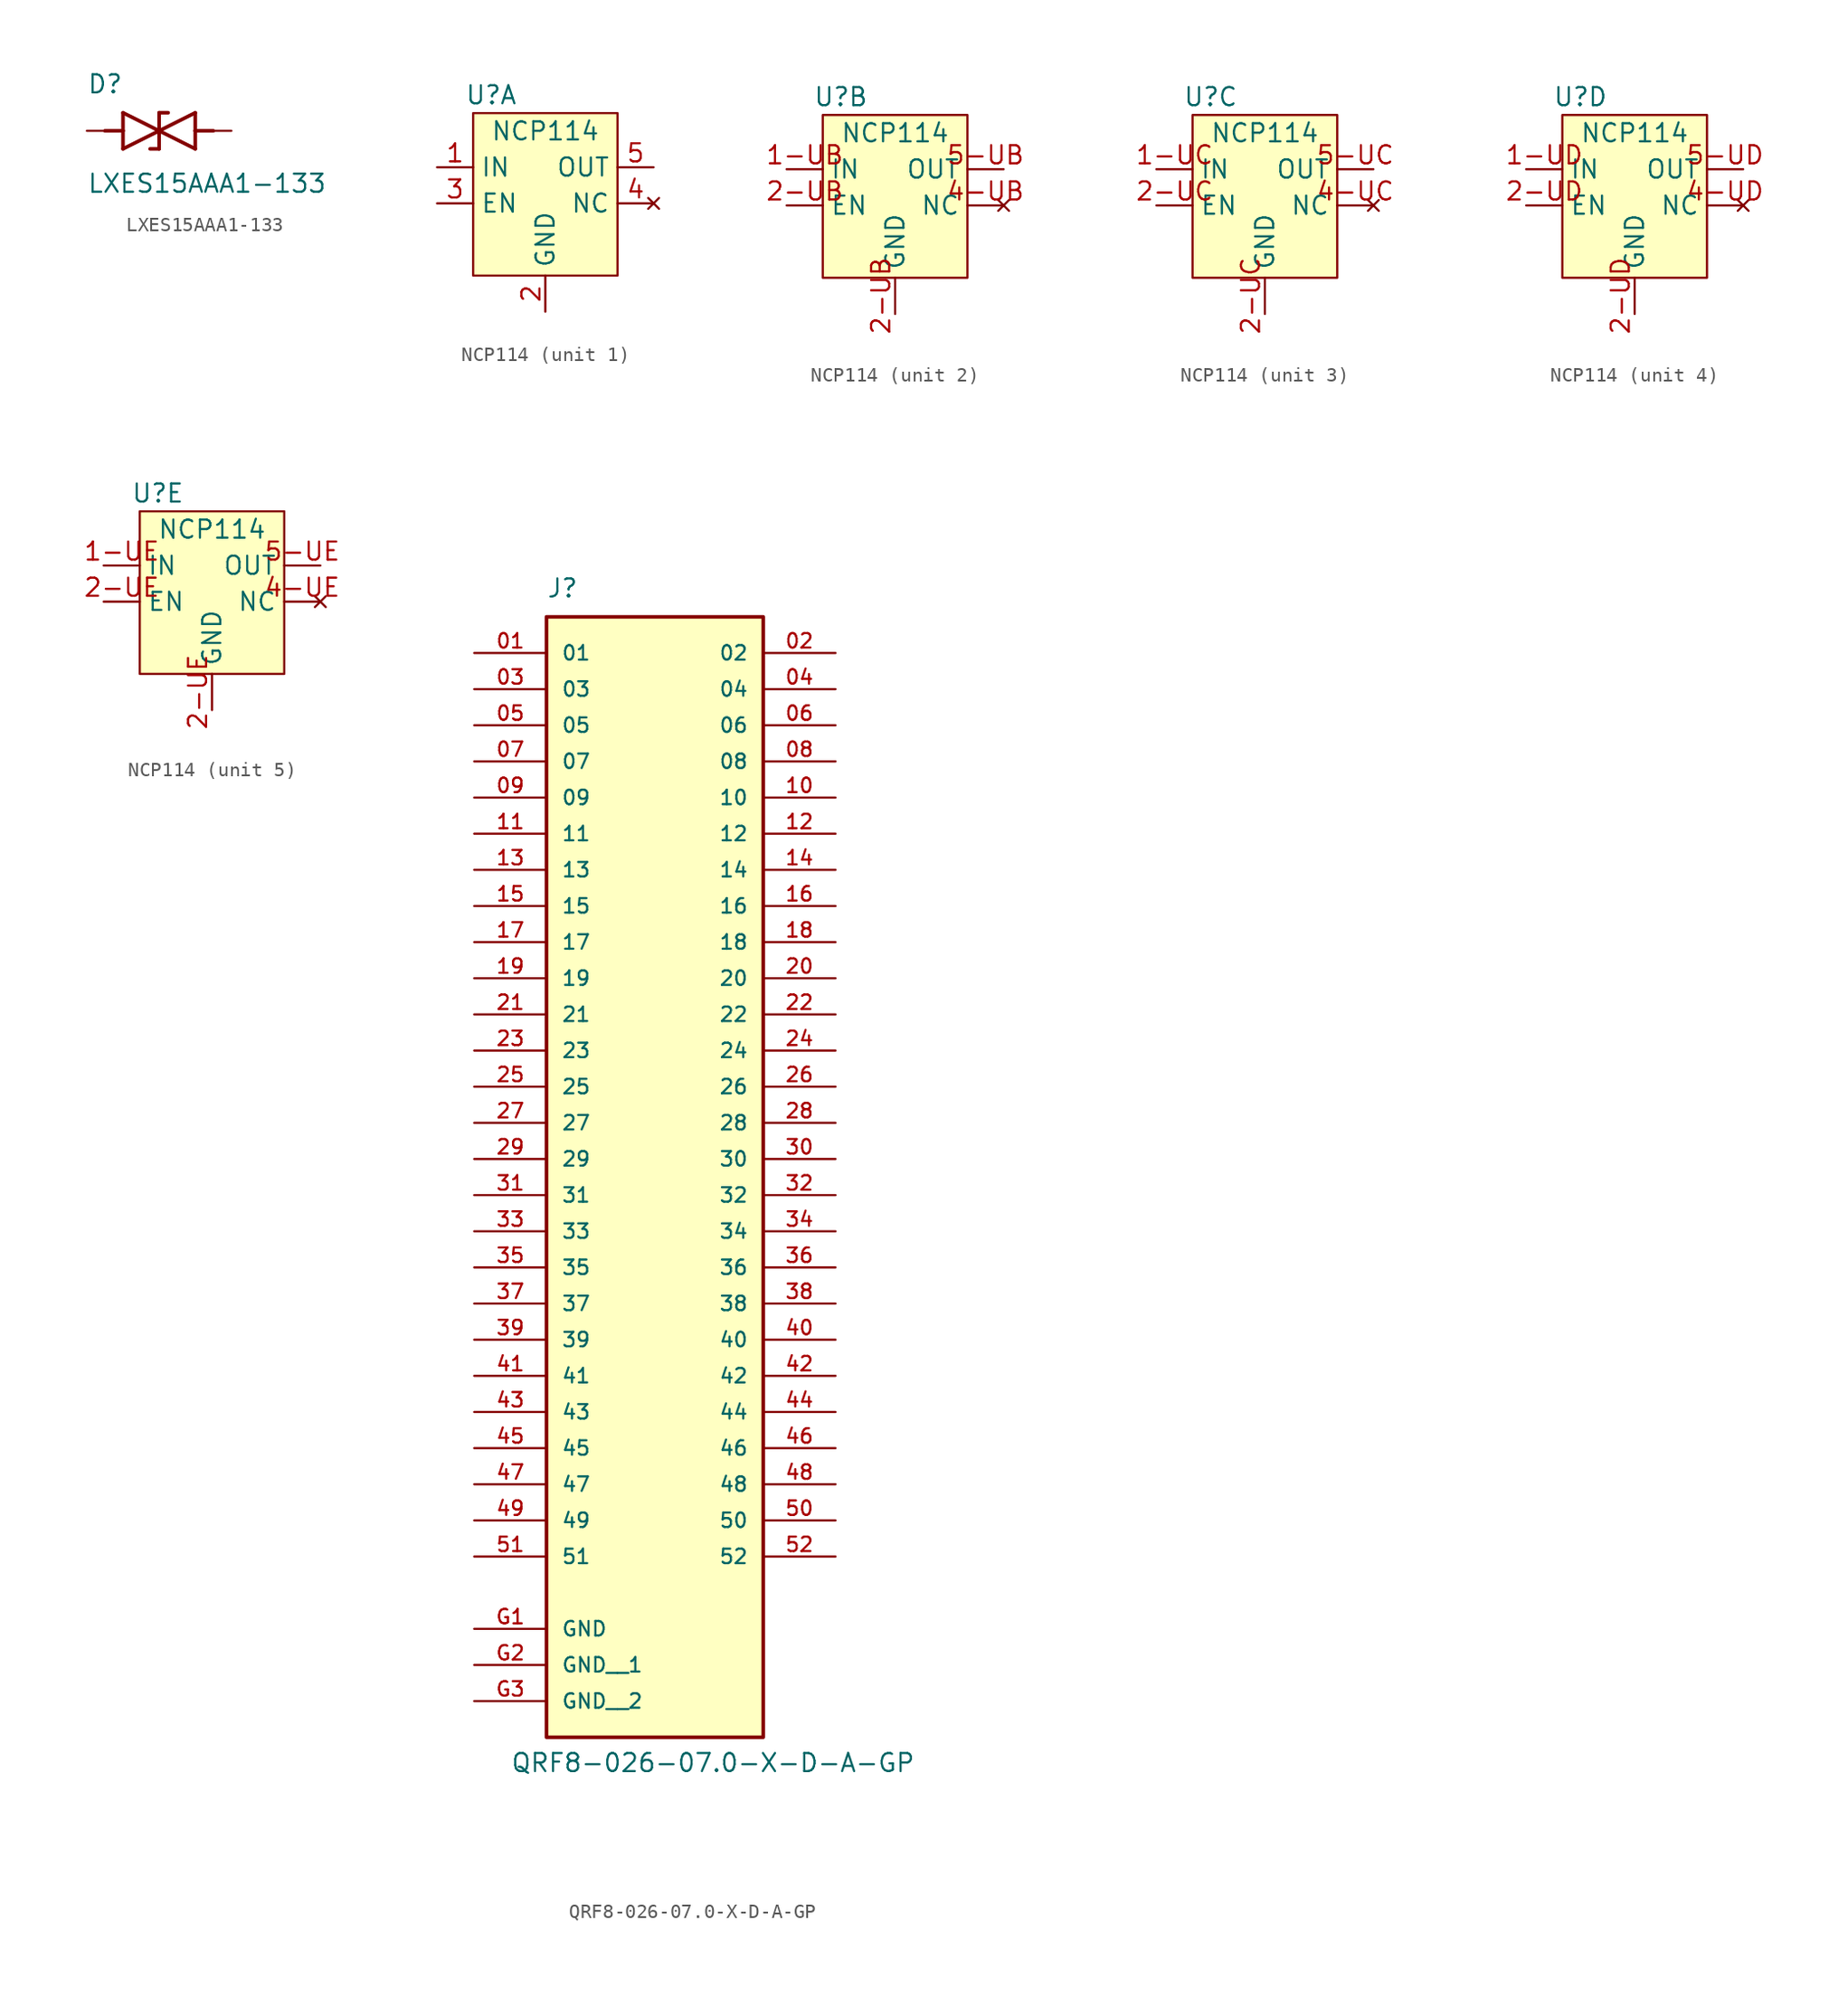
<source format=kicad_sym>
(kicad_symbol_lib
  (version 20211014)
  (generator kicad_symbol_editor)
  (symbol "LXES15AAA1-133"
    (pin_numbers hide)
    (pin_names
      (offset 1.016) hide)
    (property "Reference" "D"
      (at -5.08 2.54 0)
      (effects (font (size 1.27 1.27)) (justify left bottom)))
    (property "Value" "LXES15AAA1-133"
      (at -5.08 -4.445 0)
      (effects (font (size 1.27 1.27)) (justify left bottom)))
    (property "ki_locked" ""
      (at 0 0 0)
      (effects (font (size 1.27 1.27))))
    (symbol "LXES15AAA1-133_0_0"
      (polyline (pts (xy -3.81 0) (xy -2.54 0)) (stroke (width 0.254) (type default) (color 0 0 0 0)) (fill (type none)))
      (polyline (pts (xy -2.54 -1.27) (xy 0 0)) (stroke (width 0.254) (type default) (color 0 0 0 0)) (fill (type none)))
      (polyline (pts (xy -2.54 0) (xy -2.54 -1.27)) (stroke (width 0.254) (type default) (color 0 0 0 0)) (fill (type none)))
      (polyline (pts (xy -2.54 1.27) (xy -2.54 0)) (stroke (width 0.254) (type default) (color 0 0 0 0)) (fill (type none)))
      (polyline (pts (xy 0 -1.27) (xy -0.635 -1.27)) (stroke (width 0.254) (type default) (color 0 0 0 0)) (fill (type none)))
      (polyline (pts (xy 0 0) (xy -2.54 1.27)) (stroke (width 0.254) (type default) (color 0 0 0 0)) (fill (type none)))
      (polyline (pts (xy 0 0) (xy 0 -1.27)) (stroke (width 0.254) (type default) (color 0 0 0 0)) (fill (type none)))
      (polyline (pts (xy 0 0) (xy 2.54 -1.27)) (stroke (width 0.254) (type default) (color 0 0 0 0)) (fill (type none)))
      (polyline (pts (xy 0 1.27) (xy 0 0)) (stroke (width 0.254) (type default) (color 0 0 0 0)) (fill (type none)))
      (polyline (pts (xy 0 1.27) (xy 0.635 1.27)) (stroke (width 0.254) (type default) (color 0 0 0 0)) (fill (type none)))
      (polyline (pts (xy 2.54 -1.27) (xy 2.54 0)) (stroke (width 0.254) (type default) (color 0 0 0 0)) (fill (type none)))
      (polyline (pts (xy 2.54 0) (xy 2.54 1.27)) (stroke (width 0.254) (type default) (color 0 0 0 0)) (fill (type none)))
      (polyline (pts (xy 2.54 1.27) (xy 0 0)) (stroke (width 0.254) (type default) (color 0 0 0 0)) (fill (type none)))
      (polyline (pts (xy 3.81 0) (xy 2.54 0)) (stroke (width 0.254) (type default) (color 0 0 0 0)) (fill (type none)))
      (pin passive line (at -5.08 0 0) (length 2.54) (name "~" (effects (font (size 1.016 1.016)))) (number "1" (effects (font (size 1.016 1.016)))))
      (pin passive line (at 5.08 0 180) (length 2.54) (name "~" (effects (font (size 1.016 1.016)))) (number "2" (effects (font (size 1.016 1.016)))))))
  (symbol "NCP114"
    (property "Reference" "U"
      (at -2.54 1.27 0)
      (effects (font (size 1.27 1.27))))
    (property "Value" "NCP114"
      (at 1.27 -1.27 0)
      (effects (font (size 1.27 1.27))))
    (symbol "NCP114_0_1"
      (rectangle (start -3.81 0) (end 6.35 -11.43) (stroke (width 0.152) (type default) (color 0 0 0 0)) (fill (type background))))
    (symbol "NCP114_1_1"
      (pin power_in line (at -6.35 -3.81 0) (length 2.54) (name "IN" (effects (font (size 1.27 1.27)))) (number "1" (effects (font (size 1.27 1.27)))))
      (pin output line (at 1.27 -13.97 90) (length 2.54) (name "GND" (effects (font (size 1.27 1.27)))) (number "2" (effects (font (size 1.27 1.27)))))
      (pin input line (at -6.35 -6.35 0) (length 2.54) (name "EN" (effects (font (size 1.27 1.27)))) (number "3" (effects (font (size 1.27 1.27)))))
      (pin no_connect line (at 8.89 -6.35 180) (length 2.54) (name "NC" (effects (font (size 1.27 1.27)))) (number "4" (effects (font (size 1.27 1.27)))))
      (pin power_out line (at 8.89 -3.81 180) (length 2.54) (name "OUT" (effects (font (size 1.27 1.27)))) (number "5" (effects (font (size 1.27 1.27))))))
    (symbol "NCP114_2_1"
      (pin power_in line (at -6.35 -3.81 0) (length 2.54) (name "IN" (effects (font (size 1.27 1.27)))) (number "1-UB" (effects (font (size 1.27 1.27)))))
      (pin input line (at -6.35 -6.35 0) (length 2.54) (name "EN" (effects (font (size 1.27 1.27)))) (number "2-UB" (effects (font (size 1.27 1.27)))))
      (pin output line (at 1.27 -13.97 90) (length 2.54) (name "GND" (effects (font (size 1.27 1.27)))) (number "2-UB" (effects (font (size 1.27 1.27)))))
      (pin no_connect line (at 8.89 -6.35 180) (length 2.54) (name "NC" (effects (font (size 1.27 1.27)))) (number "4-UB" (effects (font (size 1.27 1.27)))))
      (pin power_out line (at 8.89 -3.81 180) (length 2.54) (name "OUT" (effects (font (size 1.27 1.27)))) (number "5-UB" (effects (font (size 1.27 1.27))))))
    (symbol "NCP114_3_1"
      (pin power_in line (at -6.35 -3.81 0) (length 2.54) (name "IN" (effects (font (size 1.27 1.27)))) (number "1-UC" (effects (font (size 1.27 1.27)))))
      (pin input line (at -6.35 -6.35 0) (length 2.54) (name "EN" (effects (font (size 1.27 1.27)))) (number "2-UC" (effects (font (size 1.27 1.27)))))
      (pin output line (at 1.27 -13.97 90) (length 2.54) (name "GND" (effects (font (size 1.27 1.27)))) (number "2-UC" (effects (font (size 1.27 1.27)))))
      (pin no_connect line (at 8.89 -6.35 180) (length 2.54) (name "NC" (effects (font (size 1.27 1.27)))) (number "4-UC" (effects (font (size 1.27 1.27)))))
      (pin power_out line (at 8.89 -3.81 180) (length 2.54) (name "OUT" (effects (font (size 1.27 1.27)))) (number "5-UC" (effects (font (size 1.27 1.27))))))
    (symbol "NCP114_4_1"
      (pin power_in line (at -6.35 -3.81 0) (length 2.54) (name "IN" (effects (font (size 1.27 1.27)))) (number "1-UD" (effects (font (size 1.27 1.27)))))
      (pin input line (at -6.35 -6.35 0) (length 2.54) (name "EN" (effects (font (size 1.27 1.27)))) (number "2-UD" (effects (font (size 1.27 1.27)))))
      (pin output line (at 1.27 -13.97 90) (length 2.54) (name "GND" (effects (font (size 1.27 1.27)))) (number "2-UD" (effects (font (size 1.27 1.27)))))
      (pin no_connect line (at 8.89 -6.35 180) (length 2.54) (name "NC" (effects (font (size 1.27 1.27)))) (number "4-UD" (effects (font (size 1.27 1.27)))))
      (pin power_out line (at 8.89 -3.81 180) (length 2.54) (name "OUT" (effects (font (size 1.27 1.27)))) (number "5-UD" (effects (font (size 1.27 1.27))))))
    (symbol "NCP114_5_1"
      (pin power_in line (at -6.35 -3.81 0) (length 2.54) (name "IN" (effects (font (size 1.27 1.27)))) (number "1-UE" (effects (font (size 1.27 1.27)))))
      (pin input line (at -6.35 -6.35 0) (length 2.54) (name "EN" (effects (font (size 1.27 1.27)))) (number "2-UE" (effects (font (size 1.27 1.27)))))
      (pin output line (at 1.27 -13.97 90) (length 2.54) (name "GND" (effects (font (size 1.27 1.27)))) (number "2-UE" (effects (font (size 1.27 1.27)))))
      (pin no_connect line (at 8.89 -6.35 180) (length 2.54) (name "NC" (effects (font (size 1.27 1.27)))) (number "4-UE" (effects (font (size 1.27 1.27)))))
      (pin power_out line (at 8.89 -3.81 180) (length 2.54) (name "OUT" (effects (font (size 1.27 1.27)))) (number "5-UE" (effects (font (size 1.27 1.27)))))))
  (symbol "QRF8-026-07.0-X-D-A-GP"
    (pin_names
      (offset 1.016))
    (property "Reference" "J"
      (at -7.62 36.83 0)
      (effects (font (size 1.27 1.27)) (justify left bottom)))
    (property "Value" "QRF8-026-07.0-X-D-A-GP"
      (at -10.16 -45.72 0)
      (effects (font (size 1.27 1.27)) (justify left bottom)))
    (property "ki_locked" ""
      (at 0 0 0)
      (effects (font (size 1.27 1.27))))
    (symbol "QRF8-026-07.0-X-D-A-GP_0_0"
      (rectangle (start -7.62 -43.18) (end 7.62 35.56) (stroke (width 0.254) (type default) (color 0 0 0 0)) (fill (type background)))
      (pin passive line (at -12.7 33.02 0) (length 5.08) (name "01" (effects (font (size 1.016 1.016)))) (number "01" (effects (font (size 1.016 1.016)))))
      (pin passive line (at 12.7 33.02 180) (length 5.08) (name "02" (effects (font (size 1.016 1.016)))) (number "02" (effects (font (size 1.016 1.016)))))
      (pin passive line (at -12.7 30.48 0) (length 5.08) (name "03" (effects (font (size 1.016 1.016)))) (number "03" (effects (font (size 1.016 1.016)))))
      (pin passive line (at 12.7 30.48 180) (length 5.08) (name "04" (effects (font (size 1.016 1.016)))) (number "04" (effects (font (size 1.016 1.016)))))
      (pin passive line (at -12.7 27.94 0) (length 5.08) (name "05" (effects (font (size 1.016 1.016)))) (number "05" (effects (font (size 1.016 1.016)))))
      (pin passive line (at 12.7 27.94 180) (length 5.08) (name "06" (effects (font (size 1.016 1.016)))) (number "06" (effects (font (size 1.016 1.016)))))
      (pin passive line (at -12.7 25.4 0) (length 5.08) (name "07" (effects (font (size 1.016 1.016)))) (number "07" (effects (font (size 1.016 1.016)))))
      (pin passive line (at 12.7 25.4 180) (length 5.08) (name "08" (effects (font (size 1.016 1.016)))) (number "08" (effects (font (size 1.016 1.016)))))
      (pin passive line (at -12.7 22.86 0) (length 5.08) (name "09" (effects (font (size 1.016 1.016)))) (number "09" (effects (font (size 1.016 1.016)))))
      (pin passive line (at 12.7 22.86 180) (length 5.08) (name "10" (effects (font (size 1.016 1.016)))) (number "10" (effects (font (size 1.016 1.016)))))
      (pin passive line (at -12.7 20.32 0) (length 5.08) (name "11" (effects (font (size 1.016 1.016)))) (number "11" (effects (font (size 1.016 1.016)))))
      (pin passive line (at 12.7 20.32 180) (length 5.08) (name "12" (effects (font (size 1.016 1.016)))) (number "12" (effects (font (size 1.016 1.016)))))
      (pin passive line (at -12.7 17.78 0) (length 5.08) (name "13" (effects (font (size 1.016 1.016)))) (number "13" (effects (font (size 1.016 1.016)))))
      (pin passive line (at 12.7 17.78 180) (length 5.08) (name "14" (effects (font (size 1.016 1.016)))) (number "14" (effects (font (size 1.016 1.016)))))
      (pin passive line (at -12.7 15.24 0) (length 5.08) (name "15" (effects (font (size 1.016 1.016)))) (number "15" (effects (font (size 1.016 1.016)))))
      (pin passive line (at 12.7 15.24 180) (length 5.08) (name "16" (effects (font (size 1.016 1.016)))) (number "16" (effects (font (size 1.016 1.016)))))
      (pin passive line (at -12.7 12.7 0) (length 5.08) (name "17" (effects (font (size 1.016 1.016)))) (number "17" (effects (font (size 1.016 1.016)))))
      (pin passive line (at 12.7 12.7 180) (length 5.08) (name "18" (effects (font (size 1.016 1.016)))) (number "18" (effects (font (size 1.016 1.016)))))
      (pin passive line (at -12.7 10.16 0) (length 5.08) (name "19" (effects (font (size 1.016 1.016)))) (number "19" (effects (font (size 1.016 1.016)))))
      (pin passive line (at 12.7 10.16 180) (length 5.08) (name "20" (effects (font (size 1.016 1.016)))) (number "20" (effects (font (size 1.016 1.016)))))
      (pin passive line (at -12.7 7.62 0) (length 5.08) (name "21" (effects (font (size 1.016 1.016)))) (number "21" (effects (font (size 1.016 1.016)))))
      (pin passive line (at 12.7 7.62 180) (length 5.08) (name "22" (effects (font (size 1.016 1.016)))) (number "22" (effects (font (size 1.016 1.016)))))
      (pin passive line (at -12.7 5.08 0) (length 5.08) (name "23" (effects (font (size 1.016 1.016)))) (number "23" (effects (font (size 1.016 1.016)))))
      (pin passive line (at 12.7 5.08 180) (length 5.08) (name "24" (effects (font (size 1.016 1.016)))) (number "24" (effects (font (size 1.016 1.016)))))
      (pin passive line (at -12.7 2.54 0) (length 5.08) (name "25" (effects (font (size 1.016 1.016)))) (number "25" (effects (font (size 1.016 1.016)))))
      (pin passive line (at 12.7 2.54 180) (length 5.08) (name "26" (effects (font (size 1.016 1.016)))) (number "26" (effects (font (size 1.016 1.016)))))
      (pin passive line (at -12.7 0 0) (length 5.08) (name "27" (effects (font (size 1.016 1.016)))) (number "27" (effects (font (size 1.016 1.016)))))
      (pin passive line (at 12.7 0 180) (length 5.08) (name "28" (effects (font (size 1.016 1.016)))) (number "28" (effects (font (size 1.016 1.016)))))
      (pin passive line (at -12.7 -2.54 0) (length 5.08) (name "29" (effects (font (size 1.016 1.016)))) (number "29" (effects (font (size 1.016 1.016)))))
      (pin passive line (at 12.7 -2.54 180) (length 5.08) (name "30" (effects (font (size 1.016 1.016)))) (number "30" (effects (font (size 1.016 1.016)))))
      (pin passive line (at -12.7 -5.08 0) (length 5.08) (name "31" (effects (font (size 1.016 1.016)))) (number "31" (effects (font (size 1.016 1.016)))))
      (pin passive line (at 12.7 -5.08 180) (length 5.08) (name "32" (effects (font (size 1.016 1.016)))) (number "32" (effects (font (size 1.016 1.016)))))
      (pin passive line (at -12.7 -7.62 0) (length 5.08) (name "33" (effects (font (size 1.016 1.016)))) (number "33" (effects (font (size 1.016 1.016)))))
      (pin passive line (at 12.7 -7.62 180) (length 5.08) (name "34" (effects (font (size 1.016 1.016)))) (number "34" (effects (font (size 1.016 1.016)))))
      (pin passive line (at -12.7 -10.16 0) (length 5.08) (name "35" (effects (font (size 1.016 1.016)))) (number "35" (effects (font (size 1.016 1.016)))))
      (pin passive line (at 12.7 -10.16 180) (length 5.08) (name "36" (effects (font (size 1.016 1.016)))) (number "36" (effects (font (size 1.016 1.016)))))
      (pin passive line (at -12.7 -12.7 0) (length 5.08) (name "37" (effects (font (size 1.016 1.016)))) (number "37" (effects (font (size 1.016 1.016)))))
      (pin passive line (at 12.7 -12.7 180) (length 5.08) (name "38" (effects (font (size 1.016 1.016)))) (number "38" (effects (font (size 1.016 1.016)))))
      (pin passive line (at -12.7 -15.24 0) (length 5.08) (name "39" (effects (font (size 1.016 1.016)))) (number "39" (effects (font (size 1.016 1.016)))))
      (pin passive line (at 12.7 -15.24 180) (length 5.08) (name "40" (effects (font (size 1.016 1.016)))) (number "40" (effects (font (size 1.016 1.016)))))
      (pin passive line (at -12.7 -17.78 0) (length 5.08) (name "41" (effects (font (size 1.016 1.016)))) (number "41" (effects (font (size 1.016 1.016)))))
      (pin passive line (at 12.7 -17.78 180) (length 5.08) (name "42" (effects (font (size 1.016 1.016)))) (number "42" (effects (font (size 1.016 1.016)))))
      (pin passive line (at -12.7 -20.32 0) (length 5.08) (name "43" (effects (font (size 1.016 1.016)))) (number "43" (effects (font (size 1.016 1.016)))))
      (pin passive line (at 12.7 -20.32 180) (length 5.08) (name "44" (effects (font (size 1.016 1.016)))) (number "44" (effects (font (size 1.016 1.016)))))
      (pin passive line (at -12.7 -22.86 0) (length 5.08) (name "45" (effects (font (size 1.016 1.016)))) (number "45" (effects (font (size 1.016 1.016)))))
      (pin passive line (at 12.7 -22.86 180) (length 5.08) (name "46" (effects (font (size 1.016 1.016)))) (number "46" (effects (font (size 1.016 1.016)))))
      (pin passive line (at -12.7 -25.4 0) (length 5.08) (name "47" (effects (font (size 1.016 1.016)))) (number "47" (effects (font (size 1.016 1.016)))))
      (pin passive line (at 12.7 -25.4 180) (length 5.08) (name "48" (effects (font (size 1.016 1.016)))) (number "48" (effects (font (size 1.016 1.016)))))
      (pin passive line (at -12.7 -27.94 0) (length 5.08) (name "49" (effects (font (size 1.016 1.016)))) (number "49" (effects (font (size 1.016 1.016)))))
      (pin passive line (at 12.7 -27.94 180) (length 5.08) (name "50" (effects (font (size 1.016 1.016)))) (number "50" (effects (font (size 1.016 1.016)))))
      (pin passive line (at -12.7 -30.48 0) (length 5.08) (name "51" (effects (font (size 1.016 1.016)))) (number "51" (effects (font (size 1.016 1.016)))))
      (pin passive line (at 12.7 -30.48 180) (length 5.08) (name "52" (effects (font (size 1.016 1.016)))) (number "52" (effects (font (size 1.016 1.016)))))
      (pin power_in line (at -12.7 -35.56 0) (length 5.08) (name "GND" (effects (font (size 1.016 1.016)))) (number "G1" (effects (font (size 1.016 1.016)))))
      (pin power_in line (at -12.7 -38.1 0) (length 5.08) (name "GND__1" (effects (font (size 1.016 1.016)))) (number "G2" (effects (font (size 1.016 1.016)))))
      (pin power_in line (at -12.7 -40.64 0) (length 5.08) (name "GND__2" (effects (font (size 1.016 1.016)))) (number "G3" (effects (font (size 1.016 1.016))))))))
</source>
